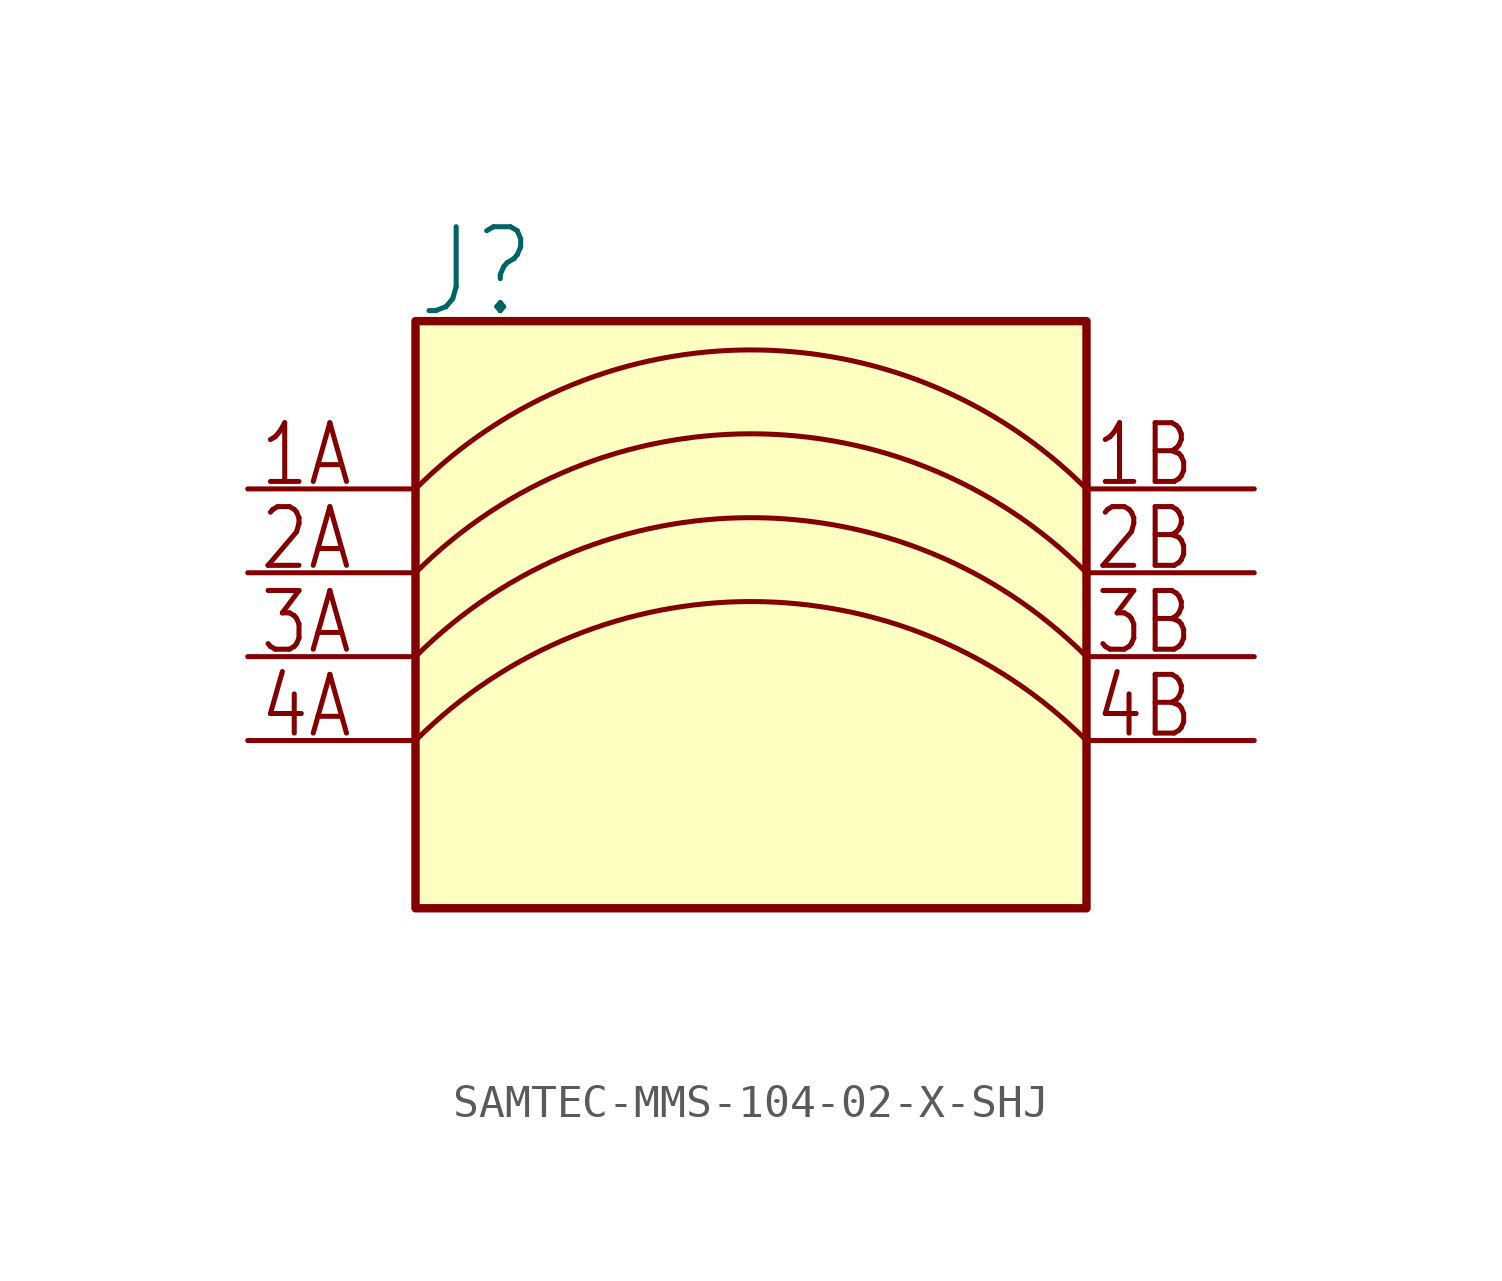
<source format=kicad_sym>
(kicad_symbol_lib
  (version 20241209)
  (generator "kicad_symbol_editor")
  (generator_version "9.0")
  (symbol "SAMTEC-MMS-104-02-X-SHJ"
    (property "Reference" "J"
      (at 0 5.08 0)
      (effects (font (size 2.54 2.159)) (justify left bottom)))
    (property "Value" ""
      (at 0 -15.24 0)
      (effects (font (size 2.286 1.943)) (justify left bottom)))
    (symbol "SAMTEC-MMS-104-02-X-SHJ_1_0"
      (arc (start 0 0) (mid 10.16 4.2084) (end 20.32 0) (stroke (width 0.1524) (type solid)) (fill (type none)))
      (arc (start 0 -2.54) (mid 10.16 1.6684) (end 20.32 -2.54) (stroke (width 0.1524) (type solid)) (fill (type none)))
      (arc (start 0 -5.08) (mid 10.16 -0.8716) (end 20.32 -5.08) (stroke (width 0.1524) (type solid)) (fill (type none)))
      (arc (start 0 -7.62) (mid 10.16 -3.4116) (end 20.32 -7.62) (stroke (width 0.1524) (type solid)) (fill (type none)))
      (text "1A" (at -4.78 0 0) (effects (font (size 1.778 1.511)) (justify left bottom)))
      (text "2A" (at -4.78 -2.54 0) (effects (font (size 1.778 1.511)) (justify left bottom)))
      (text "3A" (at -4.78 -5.08 0) (effects (font (size 1.778 1.511)) (justify left bottom)))
      (text "4A" (at -4.78 -7.62 0) (effects (font (size 1.778 1.511)) (justify left bottom)))
      (text "1B" (at 20.5 0 0) (effects (font (size 1.778 1.511)) (justify left bottom)))
      (text "2B" (at 20.5 -2.54 0) (effects (font (size 1.778 1.511)) (justify left bottom)))
      (text "3B" (at 20.5 -5.08 0) (effects (font (size 1.778 1.511)) (justify left bottom)))
      (text "4B" (at 20.5 -7.62 0) (effects (font (size 1.778 1.511)) (justify left bottom)))
      (pin passive line (at -5.08 0 0) (length 5.08) (name "1A" (effects (font (size 0 0)))) (number "1A" (effects (font (size 0 0)))))
      (pin passive line (at -5.08 -2.54 0) (length 5.08) (name "2A" (effects (font (size 0 0)))) (number "2A" (effects (font (size 0 0)))))
      (pin passive line (at -5.08 -5.08 0) (length 5.08) (name "3A" (effects (font (size 0 0)))) (number "3A" (effects (font (size 0 0)))))
      (pin passive line (at -5.08 -7.62 0) (length 5.08) (name "4A" (effects (font (size 0 0)))) (number "4A" (effects (font (size 0 0)))))
      (pin passive line (at 25.4 0 180) (length 5.08) (name "1B" (effects (font (size 0 0)))) (number "1B" (effects (font (size 0 0)))))
      (pin passive line (at 25.4 -2.54 180) (length 5.08) (name "2B" (effects (font (size 0 0)))) (number "2B" (effects (font (size 0 0)))))
      (pin passive line (at 25.4 -5.08 180) (length 5.08) (name "3B" (effects (font (size 0 0)))) (number "3B" (effects (font (size 0 0)))))
      (pin passive line (at 25.4 -7.62 180) (length 5.08) (name "4B" (effects (font (size 0 0)))) (number "4B" (effects (font (size 0 0))))))
    (symbol "SAMTEC-MMS-104-02-X-SHJ_1_1"
      (rectangle (start 0 5.08) (end 20.32 -12.7) (stroke (width 0.254) (type default)) (fill (type background))))))
</source>
